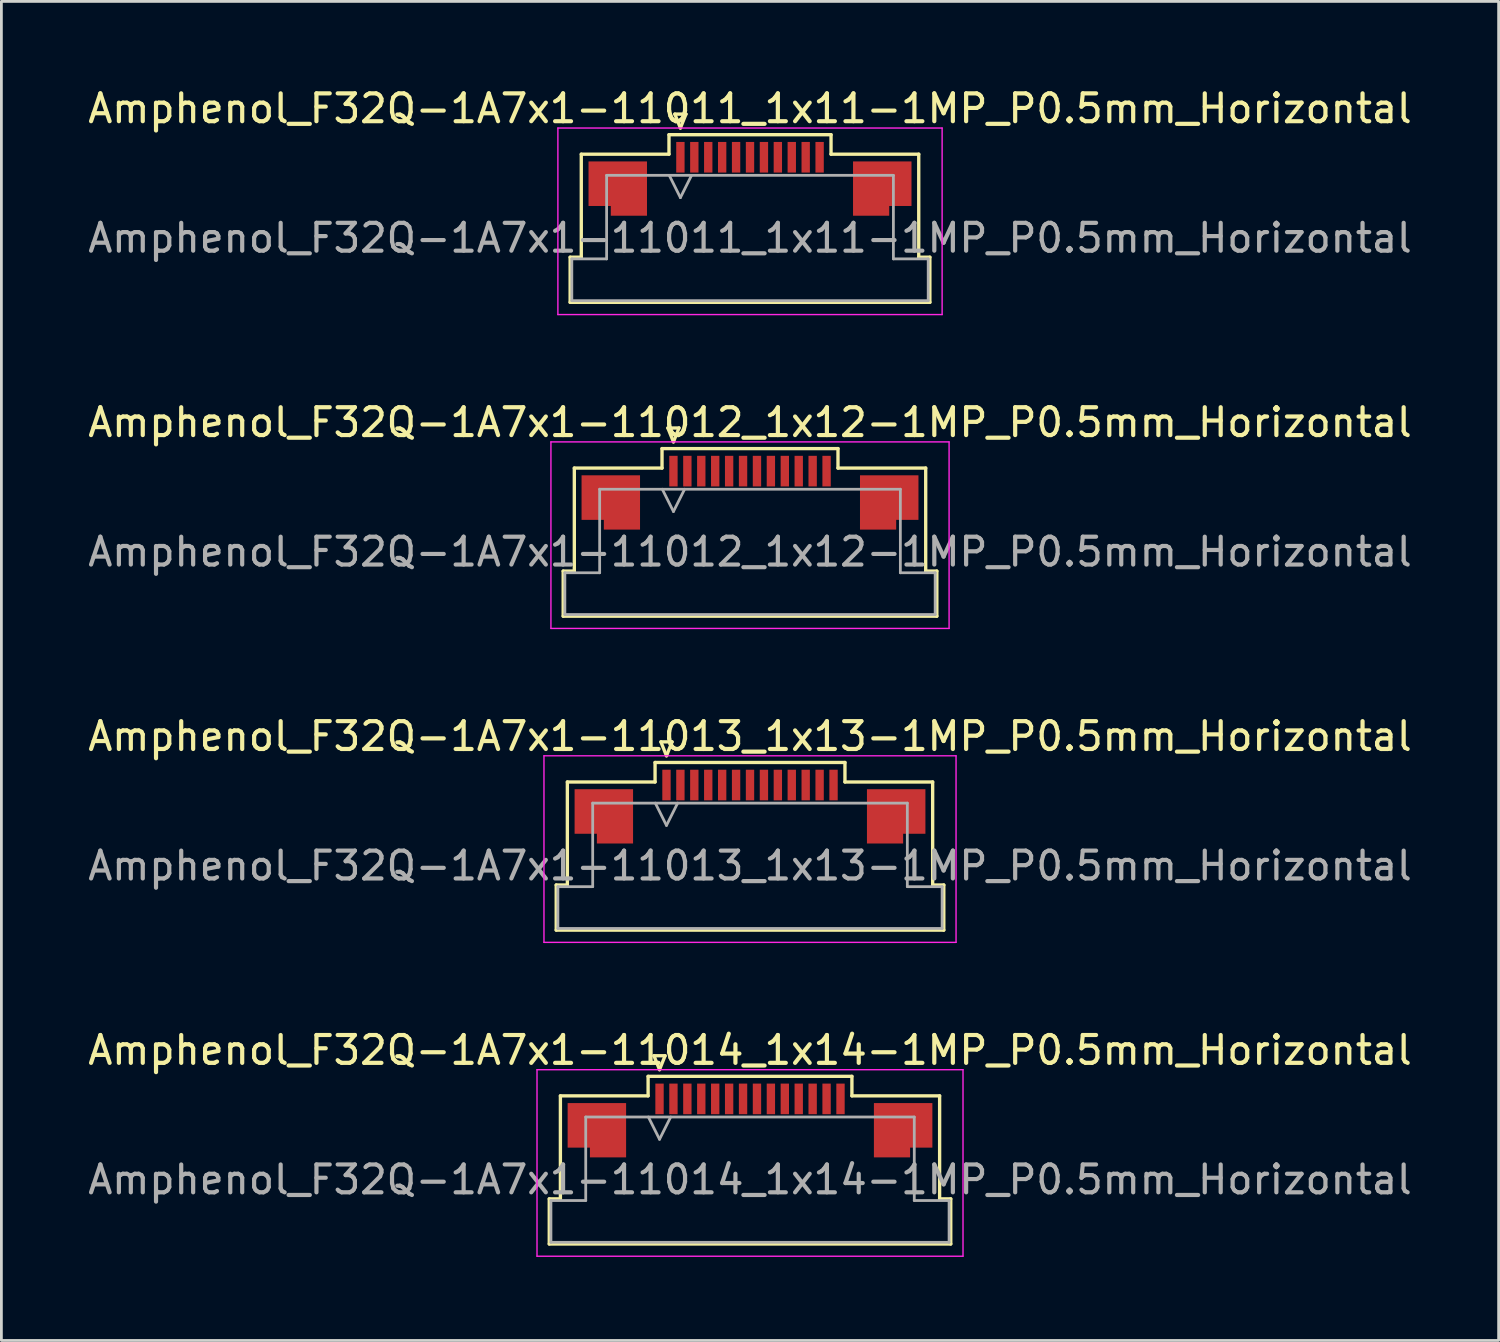
<source format=kicad_pcb>
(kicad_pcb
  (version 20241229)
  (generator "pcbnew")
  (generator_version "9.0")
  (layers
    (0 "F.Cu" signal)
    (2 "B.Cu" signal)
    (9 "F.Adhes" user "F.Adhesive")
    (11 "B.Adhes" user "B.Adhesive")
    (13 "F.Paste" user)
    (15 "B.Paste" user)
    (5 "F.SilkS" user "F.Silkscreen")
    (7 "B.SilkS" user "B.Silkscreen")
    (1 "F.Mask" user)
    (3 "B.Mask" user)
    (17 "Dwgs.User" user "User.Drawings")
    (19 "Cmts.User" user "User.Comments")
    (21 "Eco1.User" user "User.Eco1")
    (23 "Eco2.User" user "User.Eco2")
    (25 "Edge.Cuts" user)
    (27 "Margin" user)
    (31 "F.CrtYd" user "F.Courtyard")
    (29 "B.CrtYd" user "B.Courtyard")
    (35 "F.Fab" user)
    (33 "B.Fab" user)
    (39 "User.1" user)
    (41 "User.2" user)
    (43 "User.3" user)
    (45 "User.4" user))
  (footprint "Amphenol_F32Q-1A7x1-11012_1x12-1MP_P0.5mm_Horizontal"
    (layer "F.Cu")
    (at 23.887 16.771)
    (property "Reference" "Amphenol_F32Q-1A7x1-11012_1x12-1MP_P0.5mm_Horizontal" (at 0 -4.65 0) (layer "F.SilkS") (effects (font (size 1 1) (thickness 0.15))))
    (attr smd)
    (fp_line (start -6.71 0.69) (end -6.31 0.69) (stroke (width 0.12) (type solid)) (layer "F.SilkS"))
    (fp_line (start -6.71 2.31) (end -6.71 0.69) (stroke (width 0.12) (type solid)) (layer "F.SilkS"))
    (fp_line (start -6.31 -3.01) (end -3.16 -3.01) (stroke (width 0.12) (type solid)) (layer "F.SilkS"))
    (fp_line (start -6.31 0.69) (end -6.31 -3.01) (stroke (width 0.12) (type solid)) (layer "F.SilkS"))
    (fp_line (start -3.16 -3.71) (end 3.16 -3.71) (stroke (width 0.12) (type solid)) (layer "F.SilkS"))
    (fp_line (start -3.16 -3.01) (end -3.16 -3.71) (stroke (width 0.12) (type solid)) (layer "F.SilkS"))
    (fp_line (start -2.95 -4.45) (end -2.75 -3.95) (stroke (width 0.12) (type solid)) (layer "F.SilkS"))
    (fp_line (start -2.75 -3.95) (end -2.55 -4.45) (stroke (width 0.12) (type solid)) (layer "F.SilkS"))
    (fp_line (start -2.55 -4.45) (end -2.95 -4.45) (stroke (width 0.12) (type solid)) (layer "F.SilkS"))
    (fp_line (start 3.16 -3.71) (end 3.16 -3.01) (stroke (width 0.12) (type solid)) (layer "F.SilkS"))
    (fp_line (start 3.16 -3.01) (end 6.31 -3.01) (stroke (width 0.12) (type solid)) (layer "F.SilkS"))
    (fp_line (start 6.31 -3.01) (end 6.31 0.69) (stroke (width 0.12) (type solid)) (layer "F.SilkS"))
    (fp_line (start 6.31 0.69) (end 6.71 0.69) (stroke (width 0.12) (type solid)) (layer "F.SilkS"))
    (fp_line (start 6.71 0.69) (end 6.71 2.31) (stroke (width 0.12) (type solid)) (layer "F.SilkS"))
    (fp_line (start 6.71 2.31) (end -6.71 2.31) (stroke (width 0.12) (type solid)) (layer "F.SilkS"))
    (fp_line (start -7.15 -3.95) (end -7.15 2.75) (stroke (width 0.05) (type solid)) (layer "F.CrtYd"))
    (fp_line (start -7.15 2.75) (end 7.15 2.75) (stroke (width 0.05) (type solid)) (layer "F.CrtYd"))
    (fp_line (start 7.15 -3.95) (end -7.15 -3.95) (stroke (width 0.05) (type solid)) (layer "F.CrtYd"))
    (fp_line (start 7.15 2.75) (end 7.15 -3.95) (stroke (width 0.05) (type solid)) (layer "F.CrtYd"))
    (fp_line (start -6.65 0.75) (end -5.4 0.75) (stroke (width 0.1) (type solid)) (layer "F.Fab"))
    (fp_line (start -6.65 2.25) (end -6.65 0.75) (stroke (width 0.1) (type solid)) (layer "F.Fab"))
    (fp_line (start -5.4 -2.25) (end 5.4 -2.25) (stroke (width 0.1) (type solid)) (layer "F.Fab"))
    (fp_line (start -5.4 0.75) (end -5.4 -2.25) (stroke (width 0.1) (type solid)) (layer "F.Fab"))
    (fp_line (start -3.15 -2.25) (end -2.75 -1.45) (stroke (width 0.1) (type solid)) (layer "F.Fab"))
    (fp_line (start -2.75 -1.45) (end -2.35 -2.25) (stroke (width 0.1) (type solid)) (layer "F.Fab"))
    (fp_line (start 5.4 -2.25) (end 5.4 0.75) (stroke (width 0.1) (type solid)) (layer "F.Fab"))
    (fp_line (start 5.4 0.75) (end 6.65 0.75) (stroke (width 0.1) (type solid)) (layer "F.Fab"))
    (fp_line (start 6.65 0.75) (end 6.65 2.25) (stroke (width 0.1) (type solid)) (layer "F.Fab"))
    (fp_line (start 6.65 2.25) (end -6.65 2.25) (stroke (width 0.1) (type solid)) (layer "F.Fab"))
    (fp_text user "${REFERENCE}" (at 0 0 0) (layer "F.Fab") (effects (font (size 1 1) (thickness 0.15))))
    (pad "1" smd rect (at -2.75 -2.9) (size 0.3 1.1) (layers "F.Cu" "F.Mask" "F.Paste"))
    (pad "2" smd rect (at -2.25 -2.9) (size 0.3 1.1) (layers "F.Cu" "F.Mask" "F.Paste"))
    (pad "3" smd rect (at -1.75 -2.9) (size 0.3 1.1) (layers "F.Cu" "F.Mask" "F.Paste"))
    (pad "4" smd rect (at -1.25 -2.9) (size 0.3 1.1) (layers "F.Cu" "F.Mask" "F.Paste"))
    (pad "5" smd rect (at -0.75 -2.9) (size 0.3 1.1) (layers "F.Cu" "F.Mask" "F.Paste"))
    (pad "6" smd rect (at -0.25 -2.9) (size 0.3 1.1) (layers "F.Cu" "F.Mask" "F.Paste"))
    (pad "7" smd rect (at 0.25 -2.9) (size 0.3 1.1) (layers "F.Cu" "F.Mask" "F.Paste"))
    (pad "8" smd rect (at 0.75 -2.9) (size 0.3 1.1) (layers "F.Cu" "F.Mask" "F.Paste"))
    (pad "9" smd rect (at 1.25 -2.9) (size 0.3 1.1) (layers "F.Cu" "F.Mask" "F.Paste"))
    (pad "10" smd rect (at 1.75 -2.9) (size 0.3 1.1) (layers "F.Cu" "F.Mask" "F.Paste"))
    (pad "11" smd rect (at 2.25 -2.9) (size 0.3 1.1) (layers "F.Cu" "F.Mask" "F.Paste"))
    (pad "12" smd rect (at 2.75 -2.9) (size 0.3 1.1) (layers "F.Cu" "F.Mask" "F.Paste"))
    (pad "MP" smd custom (at -5 -1.775) (size 1 1) (layers "F.Cu" "F.Mask" "F.Paste") (options (anchor circle)) (primitives (gr_poly (pts (xy 1.05 -0.975) (xy 1.05 0.975) (xy -0.25 0.975) (xy -0.25 0.625) (xy -1.05 0.625) (xy -1.05 -0.975) (xy 1.05 -0.975)) (width 0) (fill yes))))
    (pad "MP" smd custom (at 5 -1.775) (size 1 1) (layers "F.Cu" "F.Mask" "F.Paste") (options (anchor circle)) (primitives (gr_poly (pts (xy -1.05 -0.975) (xy -1.05 0.975) (xy 0.25 0.975) (xy 0.25 0.625) (xy 1.05 0.625) (xy 1.05 -0.975) (xy -1.05 -0.975)) (width 0) (fill yes)))))
  (footprint "Amphenol_F32Q-1A7x1-11013_1x13-1MP_P0.5mm_Horizontal"
    (layer "F.Cu")
    (at 23.887 28.045)
    (property "Reference" "Amphenol_F32Q-1A7x1-11013_1x13-1MP_P0.5mm_Horizontal" (at 0 -4.65 0) (layer "F.SilkS") (effects (font (size 1 1) (thickness 0.15))))
    (attr smd)
    (fp_line (start -6.96 0.69) (end -6.56 0.69) (stroke (width 0.12) (type solid)) (layer "F.SilkS"))
    (fp_line (start -6.96 2.31) (end -6.96 0.69) (stroke (width 0.12) (type solid)) (layer "F.SilkS"))
    (fp_line (start -6.56 -3.01) (end -3.41 -3.01) (stroke (width 0.12) (type solid)) (layer "F.SilkS"))
    (fp_line (start -6.56 0.69) (end -6.56 -3.01) (stroke (width 0.12) (type solid)) (layer "F.SilkS"))
    (fp_line (start -3.41 -3.71) (end 3.41 -3.71) (stroke (width 0.12) (type solid)) (layer "F.SilkS"))
    (fp_line (start -3.41 -3.01) (end -3.41 -3.71) (stroke (width 0.12) (type solid)) (layer "F.SilkS"))
    (fp_line (start -3.2 -4.45) (end -3 -3.95) (stroke (width 0.12) (type solid)) (layer "F.SilkS"))
    (fp_line (start -3 -3.95) (end -2.8 -4.45) (stroke (width 0.12) (type solid)) (layer "F.SilkS"))
    (fp_line (start -2.8 -4.45) (end -3.2 -4.45) (stroke (width 0.12) (type solid)) (layer "F.SilkS"))
    (fp_line (start 3.41 -3.71) (end 3.41 -3.01) (stroke (width 0.12) (type solid)) (layer "F.SilkS"))
    (fp_line (start 3.41 -3.01) (end 6.56 -3.01) (stroke (width 0.12) (type solid)) (layer "F.SilkS"))
    (fp_line (start 6.56 -3.01) (end 6.56 0.69) (stroke (width 0.12) (type solid)) (layer "F.SilkS"))
    (fp_line (start 6.56 0.69) (end 6.96 0.69) (stroke (width 0.12) (type solid)) (layer "F.SilkS"))
    (fp_line (start 6.96 0.69) (end 6.96 2.31) (stroke (width 0.12) (type solid)) (layer "F.SilkS"))
    (fp_line (start 6.96 2.31) (end -6.96 2.31) (stroke (width 0.12) (type solid)) (layer "F.SilkS"))
    (fp_line (start -7.4 -3.95) (end -7.4 2.75) (stroke (width 0.05) (type solid)) (layer "F.CrtYd"))
    (fp_line (start -7.4 2.75) (end 7.4 2.75) (stroke (width 0.05) (type solid)) (layer "F.CrtYd"))
    (fp_line (start 7.4 -3.95) (end -7.4 -3.95) (stroke (width 0.05) (type solid)) (layer "F.CrtYd"))
    (fp_line (start 7.4 2.75) (end 7.4 -3.95) (stroke (width 0.05) (type solid)) (layer "F.CrtYd"))
    (fp_line (start -6.9 0.75) (end -5.65 0.75) (stroke (width 0.1) (type solid)) (layer "F.Fab"))
    (fp_line (start -6.9 2.25) (end -6.9 0.75) (stroke (width 0.1) (type solid)) (layer "F.Fab"))
    (fp_line (start -5.65 -2.25) (end 5.65 -2.25) (stroke (width 0.1) (type solid)) (layer "F.Fab"))
    (fp_line (start -5.65 0.75) (end -5.65 -2.25) (stroke (width 0.1) (type solid)) (layer "F.Fab"))
    (fp_line (start -3.4 -2.25) (end -3 -1.45) (stroke (width 0.1) (type solid)) (layer "F.Fab"))
    (fp_line (start -3 -1.45) (end -2.6 -2.25) (stroke (width 0.1) (type solid)) (layer "F.Fab"))
    (fp_line (start 5.65 -2.25) (end 5.65 0.75) (stroke (width 0.1) (type solid)) (layer "F.Fab"))
    (fp_line (start 5.65 0.75) (end 6.9 0.75) (stroke (width 0.1) (type solid)) (layer "F.Fab"))
    (fp_line (start 6.9 0.75) (end 6.9 2.25) (stroke (width 0.1) (type solid)) (layer "F.Fab"))
    (fp_line (start 6.9 2.25) (end -6.9 2.25) (stroke (width 0.1) (type solid)) (layer "F.Fab"))
    (fp_text user "${REFERENCE}" (at 0 0 0) (layer "F.Fab") (effects (font (size 1 1) (thickness 0.15))))
    (pad "1" smd rect (at -3 -2.9) (size 0.3 1.1) (layers "F.Cu" "F.Mask" "F.Paste"))
    (pad "2" smd rect (at -2.5 -2.9) (size 0.3 1.1) (layers "F.Cu" "F.Mask" "F.Paste"))
    (pad "3" smd rect (at -2 -2.9) (size 0.3 1.1) (layers "F.Cu" "F.Mask" "F.Paste"))
    (pad "4" smd rect (at -1.5 -2.9) (size 0.3 1.1) (layers "F.Cu" "F.Mask" "F.Paste"))
    (pad "5" smd rect (at -1 -2.9) (size 0.3 1.1) (layers "F.Cu" "F.Mask" "F.Paste"))
    (pad "6" smd rect (at -0.5 -2.9) (size 0.3 1.1) (layers "F.Cu" "F.Mask" "F.Paste"))
    (pad "7" smd rect (at 0 -2.9) (size 0.3 1.1) (layers "F.Cu" "F.Mask" "F.Paste"))
    (pad "8" smd rect (at 0.5 -2.9) (size 0.3 1.1) (layers "F.Cu" "F.Mask" "F.Paste"))
    (pad "9" smd rect (at 1 -2.9) (size 0.3 1.1) (layers "F.Cu" "F.Mask" "F.Paste"))
    (pad "10" smd rect (at 1.5 -2.9) (size 0.3 1.1) (layers "F.Cu" "F.Mask" "F.Paste"))
    (pad "11" smd rect (at 2 -2.9) (size 0.3 1.1) (layers "F.Cu" "F.Mask" "F.Paste"))
    (pad "12" smd rect (at 2.5 -2.9) (size 0.3 1.1) (layers "F.Cu" "F.Mask" "F.Paste"))
    (pad "13" smd rect (at 3 -2.9) (size 0.3 1.1) (layers "F.Cu" "F.Mask" "F.Paste"))
    (pad "MP" smd custom (at -5.25 -1.775) (size 1 1) (layers "F.Cu" "F.Mask" "F.Paste") (options (anchor circle)) (primitives (gr_poly (pts (xy 1.05 -0.975) (xy 1.05 0.975) (xy -0.25 0.975) (xy -0.25 0.625) (xy -1.05 0.625) (xy -1.05 -0.975) (xy 1.05 -0.975)) (width 0) (fill yes))))
    (pad "MP" smd custom (at 5.25 -1.775) (size 1 1) (layers "F.Cu" "F.Mask" "F.Paste") (options (anchor circle)) (primitives (gr_poly (pts (xy -1.05 -0.975) (xy -1.05 0.975) (xy 0.25 0.975) (xy 0.25 0.625) (xy 1.05 0.625) (xy 1.05 -0.975) (xy -1.05 -0.975)) (width 0) (fill yes)))))
  (footprint "Amphenol_F32Q-1A7x1-11014_1x14-1MP_P0.5mm_Horizontal"
    (layer "F.Cu")
    (at 23.887 39.318)
    (property "Reference" "Amphenol_F32Q-1A7x1-11014_1x14-1MP_P0.5mm_Horizontal" (at 0 -4.65 0) (layer "F.SilkS") (effects (font (size 1 1) (thickness 0.15))))
    (attr smd)
    (fp_line (start -7.21 0.69) (end -6.81 0.69) (stroke (width 0.12) (type solid)) (layer "F.SilkS"))
    (fp_line (start -7.21 2.31) (end -7.21 0.69) (stroke (width 0.12) (type solid)) (layer "F.SilkS"))
    (fp_line (start -6.81 -3.01) (end -3.66 -3.01) (stroke (width 0.12) (type solid)) (layer "F.SilkS"))
    (fp_line (start -6.81 0.69) (end -6.81 -3.01) (stroke (width 0.12) (type solid)) (layer "F.SilkS"))
    (fp_line (start -3.66 -3.71) (end 3.66 -3.71) (stroke (width 0.12) (type solid)) (layer "F.SilkS"))
    (fp_line (start -3.66 -3.01) (end -3.66 -3.71) (stroke (width 0.12) (type solid)) (layer "F.SilkS"))
    (fp_line (start -3.45 -4.45) (end -3.25 -3.95) (stroke (width 0.12) (type solid)) (layer "F.SilkS"))
    (fp_line (start -3.25 -3.95) (end -3.05 -4.45) (stroke (width 0.12) (type solid)) (layer "F.SilkS"))
    (fp_line (start -3.05 -4.45) (end -3.45 -4.45) (stroke (width 0.12) (type solid)) (layer "F.SilkS"))
    (fp_line (start 3.66 -3.71) (end 3.66 -3.01) (stroke (width 0.12) (type solid)) (layer "F.SilkS"))
    (fp_line (start 3.66 -3.01) (end 6.81 -3.01) (stroke (width 0.12) (type solid)) (layer "F.SilkS"))
    (fp_line (start 6.81 -3.01) (end 6.81 0.69) (stroke (width 0.12) (type solid)) (layer "F.SilkS"))
    (fp_line (start 6.81 0.69) (end 7.21 0.69) (stroke (width 0.12) (type solid)) (layer "F.SilkS"))
    (fp_line (start 7.21 0.69) (end 7.21 2.31) (stroke (width 0.12) (type solid)) (layer "F.SilkS"))
    (fp_line (start 7.21 2.31) (end -7.21 2.31) (stroke (width 0.12) (type solid)) (layer "F.SilkS"))
    (fp_line (start -7.65 -3.95) (end -7.65 2.75) (stroke (width 0.05) (type solid)) (layer "F.CrtYd"))
    (fp_line (start -7.65 2.75) (end 7.65 2.75) (stroke (width 0.05) (type solid)) (layer "F.CrtYd"))
    (fp_line (start 7.65 -3.95) (end -7.65 -3.95) (stroke (width 0.05) (type solid)) (layer "F.CrtYd"))
    (fp_line (start 7.65 2.75) (end 7.65 -3.95) (stroke (width 0.05) (type solid)) (layer "F.CrtYd"))
    (fp_line (start -7.15 0.75) (end -5.9 0.75) (stroke (width 0.1) (type solid)) (layer "F.Fab"))
    (fp_line (start -7.15 2.25) (end -7.15 0.75) (stroke (width 0.1) (type solid)) (layer "F.Fab"))
    (fp_line (start -5.9 -2.25) (end 5.9 -2.25) (stroke (width 0.1) (type solid)) (layer "F.Fab"))
    (fp_line (start -5.9 0.75) (end -5.9 -2.25) (stroke (width 0.1) (type solid)) (layer "F.Fab"))
    (fp_line (start -3.65 -2.25) (end -3.25 -1.45) (stroke (width 0.1) (type solid)) (layer "F.Fab"))
    (fp_line (start -3.25 -1.45) (end -2.85 -2.25) (stroke (width 0.1) (type solid)) (layer "F.Fab"))
    (fp_line (start 5.9 -2.25) (end 5.9 0.75) (stroke (width 0.1) (type solid)) (layer "F.Fab"))
    (fp_line (start 5.9 0.75) (end 7.15 0.75) (stroke (width 0.1) (type solid)) (layer "F.Fab"))
    (fp_line (start 7.15 0.75) (end 7.15 2.25) (stroke (width 0.1) (type solid)) (layer "F.Fab"))
    (fp_line (start 7.15 2.25) (end -7.15 2.25) (stroke (width 0.1) (type solid)) (layer "F.Fab"))
    (fp_text user "${REFERENCE}" (at 0 0 0) (layer "F.Fab") (effects (font (size 1 1) (thickness 0.15))))
    (pad "1" smd rect (at -3.25 -2.9) (size 0.3 1.1) (layers "F.Cu" "F.Mask" "F.Paste"))
    (pad "2" smd rect (at -2.75 -2.9) (size 0.3 1.1) (layers "F.Cu" "F.Mask" "F.Paste"))
    (pad "3" smd rect (at -2.25 -2.9) (size 0.3 1.1) (layers "F.Cu" "F.Mask" "F.Paste"))
    (pad "4" smd rect (at -1.75 -2.9) (size 0.3 1.1) (layers "F.Cu" "F.Mask" "F.Paste"))
    (pad "5" smd rect (at -1.25 -2.9) (size 0.3 1.1) (layers "F.Cu" "F.Mask" "F.Paste"))
    (pad "6" smd rect (at -0.75 -2.9) (size 0.3 1.1) (layers "F.Cu" "F.Mask" "F.Paste"))
    (pad "7" smd rect (at -0.25 -2.9) (size 0.3 1.1) (layers "F.Cu" "F.Mask" "F.Paste"))
    (pad "8" smd rect (at 0.25 -2.9) (size 0.3 1.1) (layers "F.Cu" "F.Mask" "F.Paste"))
    (pad "9" smd rect (at 0.75 -2.9) (size 0.3 1.1) (layers "F.Cu" "F.Mask" "F.Paste"))
    (pad "10" smd rect (at 1.25 -2.9) (size 0.3 1.1) (layers "F.Cu" "F.Mask" "F.Paste"))
    (pad "11" smd rect (at 1.75 -2.9) (size 0.3 1.1) (layers "F.Cu" "F.Mask" "F.Paste"))
    (pad "12" smd rect (at 2.25 -2.9) (size 0.3 1.1) (layers "F.Cu" "F.Mask" "F.Paste"))
    (pad "13" smd rect (at 2.75 -2.9) (size 0.3 1.1) (layers "F.Cu" "F.Mask" "F.Paste"))
    (pad "14" smd rect (at 3.25 -2.9) (size 0.3 1.1) (layers "F.Cu" "F.Mask" "F.Paste"))
    (pad "MP" smd custom (at -5.5 -1.775) (size 1 1) (layers "F.Cu" "F.Mask" "F.Paste") (options (anchor circle)) (primitives (gr_poly (pts (xy 1.05 -0.975) (xy 1.05 0.975) (xy -0.25 0.975) (xy -0.25 0.625) (xy -1.05 0.625) (xy -1.05 -0.975) (xy 1.05 -0.975)) (width 0) (fill yes))))
    (pad "MP" smd custom (at 5.5 -1.775) (size 1 1) (layers "F.Cu" "F.Mask" "F.Paste") (options (anchor circle)) (primitives (gr_poly (pts (xy -1.05 -0.975) (xy -1.05 0.975) (xy 0.25 0.975) (xy 0.25 0.625) (xy 1.05 0.625) (xy 1.05 -0.975) (xy -1.05 -0.975)) (width 0) (fill yes)))))
  (footprint "Amphenol_F32Q-1A7x1-11011_1x11-1MP_P0.5mm_Horizontal"
    (layer "F.Cu")
    (at 23.887 5.498)
    (property "Reference" "Amphenol_F32Q-1A7x1-11011_1x11-1MP_P0.5mm_Horizontal" (at 0 -4.65 0) (layer "F.SilkS") (effects (font (size 1 1) (thickness 0.15))))
    (attr smd)
    (fp_line (start -6.46 0.69) (end -6.06 0.69) (stroke (width 0.12) (type solid)) (layer "F.SilkS"))
    (fp_line (start -6.46 2.31) (end -6.46 0.69) (stroke (width 0.12) (type solid)) (layer "F.SilkS"))
    (fp_line (start -6.06 -3.01) (end -2.91 -3.01) (stroke (width 0.12) (type solid)) (layer "F.SilkS"))
    (fp_line (start -6.06 0.69) (end -6.06 -3.01) (stroke (width 0.12) (type solid)) (layer "F.SilkS"))
    (fp_line (start -2.91 -3.71) (end 2.91 -3.71) (stroke (width 0.12) (type solid)) (layer "F.SilkS"))
    (fp_line (start -2.91 -3.01) (end -2.91 -3.71) (stroke (width 0.12) (type solid)) (layer "F.SilkS"))
    (fp_line (start -2.7 -4.45) (end -2.5 -3.95) (stroke (width 0.12) (type solid)) (layer "F.SilkS"))
    (fp_line (start -2.5 -3.95) (end -2.3 -4.45) (stroke (width 0.12) (type solid)) (layer "F.SilkS"))
    (fp_line (start -2.3 -4.45) (end -2.7 -4.45) (stroke (width 0.12) (type solid)) (layer "F.SilkS"))
    (fp_line (start 2.91 -3.71) (end 2.91 -3.01) (stroke (width 0.12) (type solid)) (layer "F.SilkS"))
    (fp_line (start 2.91 -3.01) (end 6.06 -3.01) (stroke (width 0.12) (type solid)) (layer "F.SilkS"))
    (fp_line (start 6.06 -3.01) (end 6.06 0.69) (stroke (width 0.12) (type solid)) (layer "F.SilkS"))
    (fp_line (start 6.06 0.69) (end 6.46 0.69) (stroke (width 0.12) (type solid)) (layer "F.SilkS"))
    (fp_line (start 6.46 0.69) (end 6.46 2.31) (stroke (width 0.12) (type solid)) (layer "F.SilkS"))
    (fp_line (start 6.46 2.31) (end -6.46 2.31) (stroke (width 0.12) (type solid)) (layer "F.SilkS"))
    (fp_line (start -6.9 -3.95) (end -6.9 2.75) (stroke (width 0.05) (type solid)) (layer "F.CrtYd"))
    (fp_line (start -6.9 2.75) (end 6.9 2.75) (stroke (width 0.05) (type solid)) (layer "F.CrtYd"))
    (fp_line (start 6.9 -3.95) (end -6.9 -3.95) (stroke (width 0.05) (type solid)) (layer "F.CrtYd"))
    (fp_line (start 6.9 2.75) (end 6.9 -3.95) (stroke (width 0.05) (type solid)) (layer "F.CrtYd"))
    (fp_line (start -6.4 0.75) (end -5.15 0.75) (stroke (width 0.1) (type solid)) (layer "F.Fab"))
    (fp_line (start -6.4 2.25) (end -6.4 0.75) (stroke (width 0.1) (type solid)) (layer "F.Fab"))
    (fp_line (start -5.15 -2.25) (end 5.15 -2.25) (stroke (width 0.1) (type solid)) (layer "F.Fab"))
    (fp_line (start -5.15 0.75) (end -5.15 -2.25) (stroke (width 0.1) (type solid)) (layer "F.Fab"))
    (fp_line (start -2.9 -2.25) (end -2.5 -1.45) (stroke (width 0.1) (type solid)) (layer "F.Fab"))
    (fp_line (start -2.5 -1.45) (end -2.1 -2.25) (stroke (width 0.1) (type solid)) (layer "F.Fab"))
    (fp_line (start 5.15 -2.25) (end 5.15 0.75) (stroke (width 0.1) (type solid)) (layer "F.Fab"))
    (fp_line (start 5.15 0.75) (end 6.4 0.75) (stroke (width 0.1) (type solid)) (layer "F.Fab"))
    (fp_line (start 6.4 0.75) (end 6.4 2.25) (stroke (width 0.1) (type solid)) (layer "F.Fab"))
    (fp_line (start 6.4 2.25) (end -6.4 2.25) (stroke (width 0.1) (type solid)) (layer "F.Fab"))
    (fp_text user "${REFERENCE}" (at 0 0 0) (layer "F.Fab") (effects (font (size 1 1) (thickness 0.15))))
    (pad "1" smd rect (at -2.5 -2.9) (size 0.3 1.1) (layers "F.Cu" "F.Mask" "F.Paste"))
    (pad "2" smd rect (at -2 -2.9) (size 0.3 1.1) (layers "F.Cu" "F.Mask" "F.Paste"))
    (pad "3" smd rect (at -1.5 -2.9) (size 0.3 1.1) (layers "F.Cu" "F.Mask" "F.Paste"))
    (pad "4" smd rect (at -1 -2.9) (size 0.3 1.1) (layers "F.Cu" "F.Mask" "F.Paste"))
    (pad "5" smd rect (at -0.5 -2.9) (size 0.3 1.1) (layers "F.Cu" "F.Mask" "F.Paste"))
    (pad "6" smd rect (at 0 -2.9) (size 0.3 1.1) (layers "F.Cu" "F.Mask" "F.Paste"))
    (pad "7" smd rect (at 0.5 -2.9) (size 0.3 1.1) (layers "F.Cu" "F.Mask" "F.Paste"))
    (pad "8" smd rect (at 1 -2.9) (size 0.3 1.1) (layers "F.Cu" "F.Mask" "F.Paste"))
    (pad "9" smd rect (at 1.5 -2.9) (size 0.3 1.1) (layers "F.Cu" "F.Mask" "F.Paste"))
    (pad "10" smd rect (at 2 -2.9) (size 0.3 1.1) (layers "F.Cu" "F.Mask" "F.Paste"))
    (pad "11" smd rect (at 2.5 -2.9) (size 0.3 1.1) (layers "F.Cu" "F.Mask" "F.Paste"))
    (pad "MP" smd custom (at -4.75 -1.775) (size 1 1) (layers "F.Cu" "F.Mask" "F.Paste") (options (anchor circle)) (primitives (gr_poly (pts (xy 1.05 -0.975) (xy 1.05 0.975) (xy -0.25 0.975) (xy -0.25 0.625) (xy -1.05 0.625) (xy -1.05 -0.975) (xy 1.05 -0.975)) (width 0) (fill yes))))
    (pad "MP" smd custom (at 4.75 -1.775) (size 1 1) (layers "F.Cu" "F.Mask" "F.Paste") (options (anchor circle)) (primitives (gr_poly (pts (xy -1.05 -0.975) (xy -1.05 0.975) (xy 0.25 0.975) (xy 0.25 0.625) (xy 1.05 0.625) (xy 1.05 -0.975) (xy -1.05 -0.975)) (width 0) (fill yes)))))
  (gr_rect
    (start -3 -3)
    (end 50.774 45.093)
    (stroke (width 0.1) (type default))
    (fill no)
    (layer "Edge.Cuts")))
</source>
